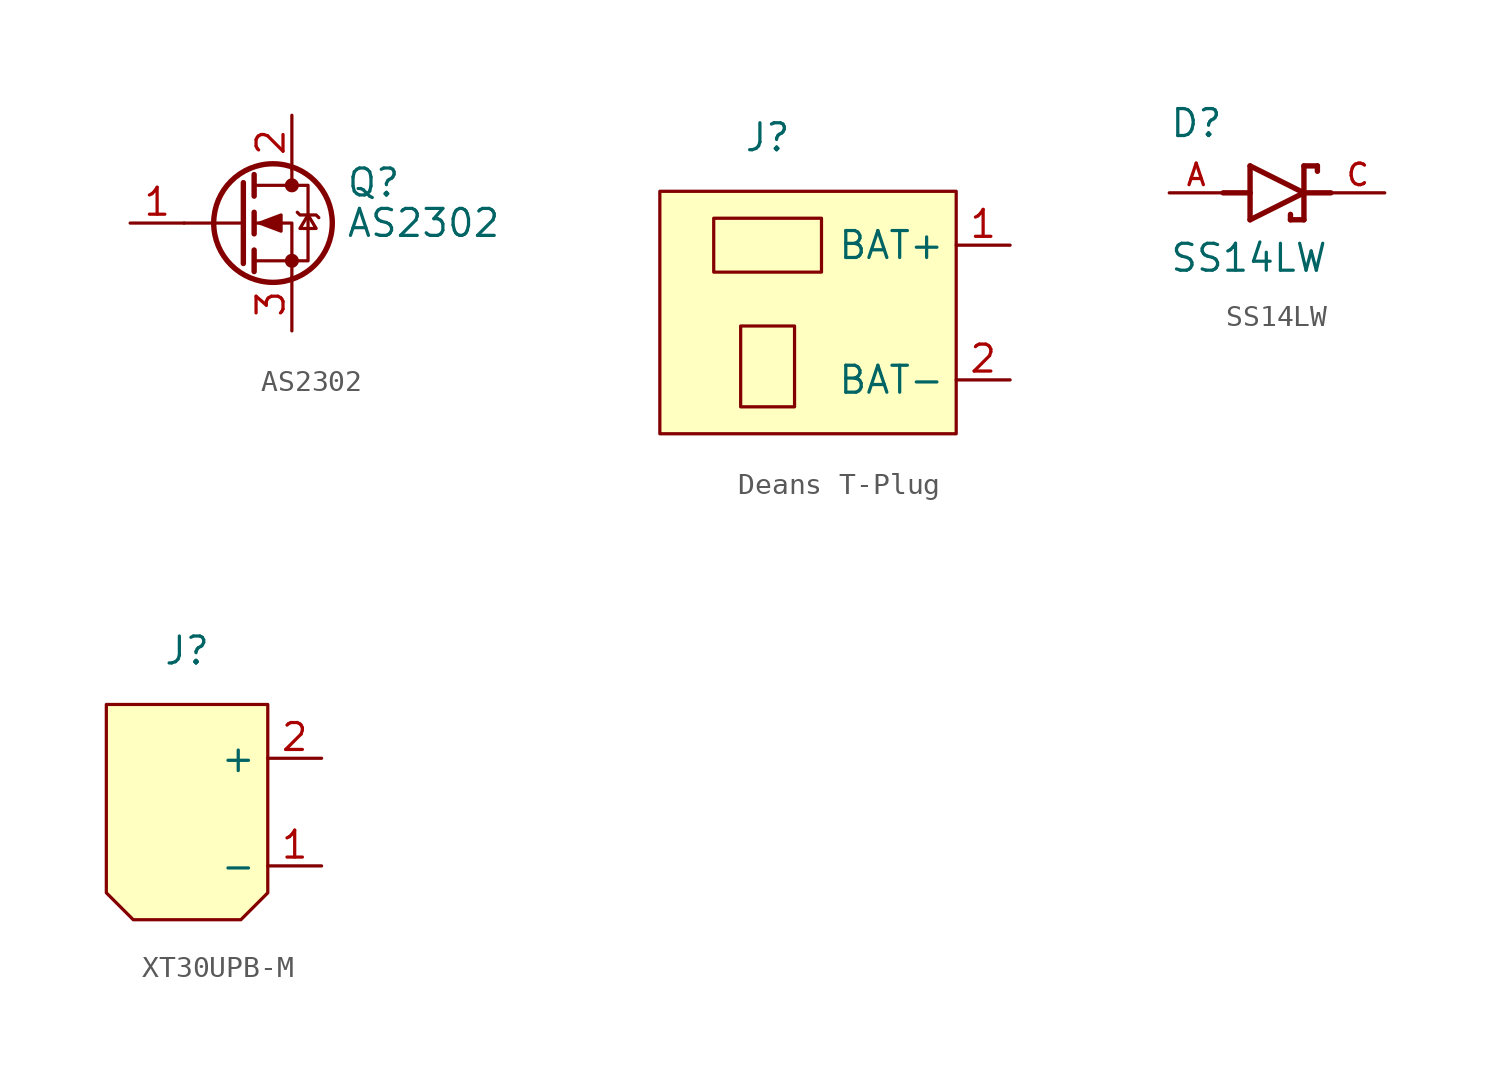
<source format=kicad_sym>
(kicad_symbol_lib
  (version 20220914)
  (generator kicad_symbol_editor)
  (symbol "AS2302"
    (pin_names hide)
    (property "Reference" "Q"
      (at 5.08 1.905 0)
      (effects (font (size 1.27 1.27)) (justify left)))
    (property "Value" "AS2302"
      (at 5.08 0 0)
      (effects (font (size 1.27 1.27)) (justify left)))
    (symbol "AS2302_0_1"
      (polyline (pts (xy 0.254 0) (xy -2.54 0)) (stroke (width 0) (type default)) (fill (type none)))
      (polyline (pts (xy 0.254 1.905) (xy 0.254 -1.905)) (stroke (width 0.254) (type default)) (fill (type none)))
      (polyline (pts (xy 0.762 -1.27) (xy 0.762 -2.286)) (stroke (width 0.254) (type default)) (fill (type none)))
      (polyline (pts (xy 0.762 0.508) (xy 0.762 -0.508)) (stroke (width 0.254) (type default)) (fill (type none)))
      (polyline (pts (xy 0.762 2.286) (xy 0.762 1.27)) (stroke (width 0.254) (type default)) (fill (type none)))
      (polyline (pts (xy 2.54 2.54) (xy 2.54 1.778)) (stroke (width 0) (type default)) (fill (type none)))
      (polyline (pts (xy 2.54 -2.54) (xy 2.54 0) (xy 0.762 0)) (stroke (width 0) (type default)) (fill (type none)))
      (polyline (pts (xy 0.762 -1.778) (xy 3.302 -1.778) (xy 3.302 1.778) (xy 0.762 1.778)) (stroke (width 0) (type default)) (fill (type none)))
      (polyline (pts (xy 1.016 0) (xy 2.032 0.381) (xy 2.032 -0.381) (xy 1.016 0)) (stroke (width 0) (type default)) (fill (type outline)))
      (polyline (pts (xy 2.794 0.508) (xy 2.921 0.381) (xy 3.683 0.381) (xy 3.81 0.254)) (stroke (width 0) (type default)) (fill (type none)))
      (polyline (pts (xy 3.302 0.381) (xy 2.921 -0.254) (xy 3.683 -0.254) (xy 3.302 0.381)) (stroke (width 0) (type default)) (fill (type none)))
      (circle (center 1.651 0) (radius 2.794) (stroke (width 0.254) (type default)) (fill (type none)))
      (circle (center 2.54 -1.778) (radius 0.254) (stroke (width 0) (type default)) (fill (type outline)))
      (circle (center 2.54 1.778) (radius 0.254) (stroke (width 0) (type default)) (fill (type outline))))
    (symbol "AS2302_1_1"
      (pin input line (at -5.08 0 0) (length 2.54) (name "G" (effects (font (size 1.27 1.27)))) (number "1" (effects (font (size 1.27 1.27)))))
      (pin passive line (at 2.54 5.08 270) (length 2.54) (name "D" (effects (font (size 1.27 1.27)))) (number "2" (effects (font (size 1.27 1.27)))))
      (pin passive line (at 2.54 -5.08 90) (length 2.54) (name "S" (effects (font (size 1.27 1.27)))) (number "3" (effects (font (size 1.27 1.27)))))))
  (symbol "Deans T-Plug"
    (property "Reference" "J"
      (at 0 0 0)
      (effects (font (size 1.27 1.27))))
    (property "Value" ""
      (at 0 0 0)
      (effects (font (size 1.27 1.27))))
    (symbol "Deans T-Plug_0_1"
      (rectangle (start -2.54 -3.81) (end 2.54 -6.35) (stroke (width 0) (type default)) (fill (type none)))
      (rectangle (start -1.27 -8.89) (end 1.27 -12.7) (stroke (width 0) (type default)) (fill (type none))))
    (symbol "Deans T-Plug_1_1"
      (rectangle (start -5.08 -2.54) (end 8.89 -13.97) (stroke (width 0) (type default)) (fill (type background)))
      (pin power_out line (at 11.43 -5.08 180) (length 2.54) (name "BAT+" (effects (font (size 1.27 1.27)))) (number "1" (effects (font (size 1.27 1.27)))))
      (pin passive line (at 11.43 -11.43 180) (length 2.54) (name "BAT-" (effects (font (size 1.27 1.27)))) (number "2" (effects (font (size 1.27 1.27)))))))
  (symbol "SS14LW"
    (pin_names
      (offset 1.016))
    (property "Reference" "D"
      (at -5.08 2.54 0)
      (effects (font (size 1.27 1.27)) (justify left bottom)))
    (property "Value" "SS14LW"
      (at -5.08 -3.81 0)
      (effects (font (size 1.27 1.27)) (justify left bottom)))
    (symbol "SS14LW_0_0"
      (polyline (pts (xy -2.54 0) (xy -1.27 0)) (stroke (width 0.254) (type default)) (fill (type none)))
      (polyline (pts (xy -1.27 -1.27) (xy 1.27 0)) (stroke (width 0.254) (type default)) (fill (type none)))
      (polyline (pts (xy -1.27 0) (xy -1.27 -1.27)) (stroke (width 0.254) (type default)) (fill (type none)))
      (polyline (pts (xy -1.27 1.27) (xy -1.27 0)) (stroke (width 0.254) (type default)) (fill (type none)))
      (polyline (pts (xy 0.635 -1.016) (xy 0.635 -1.27)) (stroke (width 0.254) (type default)) (fill (type none)))
      (polyline (pts (xy 1.27 -1.27) (xy 0.635 -1.27)) (stroke (width 0.254) (type default)) (fill (type none)))
      (polyline (pts (xy 1.27 0) (xy -1.27 1.27)) (stroke (width 0.254) (type default)) (fill (type none)))
      (polyline (pts (xy 1.27 0) (xy 1.27 -1.27)) (stroke (width 0.254) (type default)) (fill (type none)))
      (polyline (pts (xy 1.27 1.27) (xy 1.27 0)) (stroke (width 0.254) (type default)) (fill (type none)))
      (polyline (pts (xy 1.905 1.27) (xy 1.27 1.27)) (stroke (width 0.254) (type default)) (fill (type none)))
      (polyline (pts (xy 1.905 1.27) (xy 1.905 1.016)) (stroke (width 0.254) (type default)) (fill (type none)))
      (polyline (pts (xy 2.54 0) (xy 1.27 0)) (stroke (width 0.254) (type default)) (fill (type none)))
      (pin passive line (at -5.08 0 0) (length 2.54) (name "~" (effects (font (size 1.016 1.016)))) (number "A" (effects (font (size 1.016 1.016)))))
      (pin passive line (at 5.08 0 180) (length 2.54) (name "~" (effects (font (size 1.016 1.016)))) (number "C" (effects (font (size 1.016 1.016)))))))
  (symbol "XT30UPB-M"
    (property "Reference" "J"
      (at 0 0 0)
      (effects (font (size 1.27 1.27))))
    (property "Value" ""
      (at 0 0 0)
      (effects (font (size 1.27 1.27))))
    (symbol "XT30UPB-M_1_1"
      (polyline (pts (xy -3.81 -2.54) (xy 3.81 -2.54) (xy 3.81 -11.43) (xy 2.54 -12.7) (xy -2.54 -12.7) (xy -3.81 -11.43) (xy -3.81 -2.54)) (stroke (width 0) (type default)) (fill (type background)))
      (pin passive line (at 6.35 -10.16 180) (length 2.54) (name "-" (effects (font (size 1.27 1.27)))) (number "1" (effects (font (size 1.27 1.27)))))
      (pin power_out line (at 6.35 -5.08 180) (length 2.54) (name "+" (effects (font (size 1.27 1.27)))) (number "2" (effects (font (size 1.27 1.27))))))))
</source>
